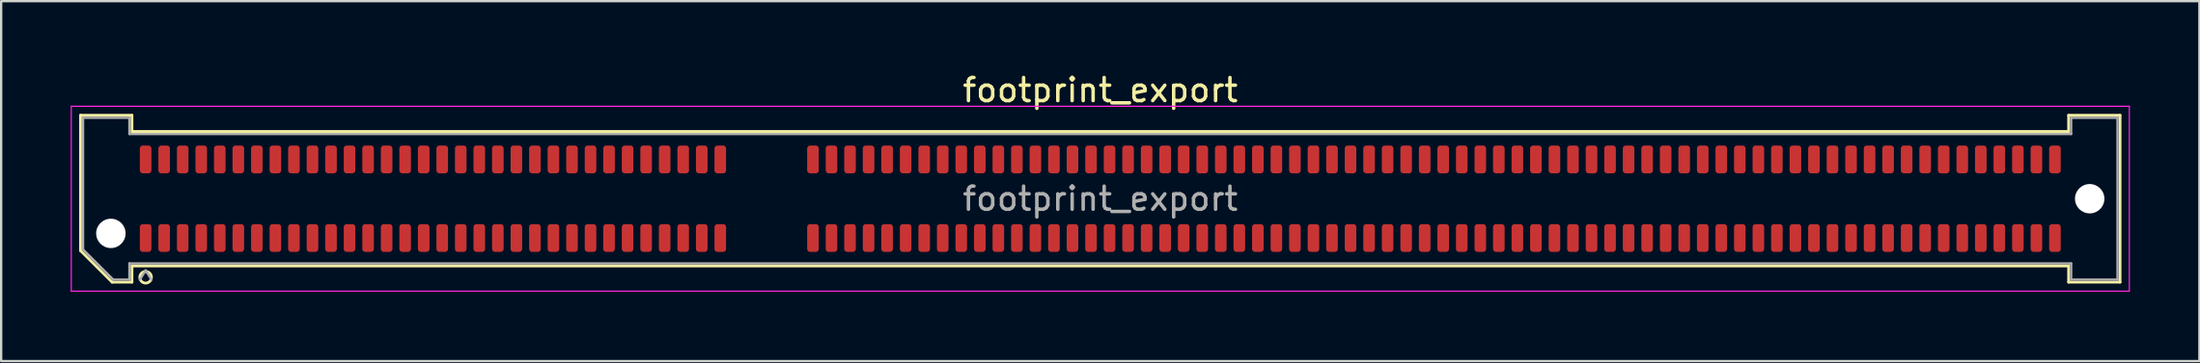
<source format=kicad_pcb>
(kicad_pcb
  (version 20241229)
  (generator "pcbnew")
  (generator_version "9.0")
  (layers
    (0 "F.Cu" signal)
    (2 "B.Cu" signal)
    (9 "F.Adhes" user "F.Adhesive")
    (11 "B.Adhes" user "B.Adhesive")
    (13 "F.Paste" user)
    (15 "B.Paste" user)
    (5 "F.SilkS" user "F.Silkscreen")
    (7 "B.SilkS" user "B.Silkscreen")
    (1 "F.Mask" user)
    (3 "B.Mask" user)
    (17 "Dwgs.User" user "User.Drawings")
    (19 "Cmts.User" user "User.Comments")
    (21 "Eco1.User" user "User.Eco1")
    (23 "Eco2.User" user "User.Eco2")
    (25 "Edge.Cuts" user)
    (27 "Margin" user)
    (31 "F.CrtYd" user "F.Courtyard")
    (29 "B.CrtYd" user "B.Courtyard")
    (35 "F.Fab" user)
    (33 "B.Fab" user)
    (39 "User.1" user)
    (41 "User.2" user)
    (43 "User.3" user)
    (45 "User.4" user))
  (footprint "footprint_export"
    (layer "F.Cu")
    (at 44.435 5.548)
    (property "Reference" "footprint_export" (at 0 -4.7 0) (layer "F.SilkS") (effects (font (size 1 1) (thickness 0.15))))
    (attr smd)
    (fp_line (start -44.01 -3.61) (end -41.79 -3.61) (stroke (width 0.12) (type solid)) (layer "F.SilkS"))
    (fp_line (start -44.01 2.246) (end -44.01 -3.61) (stroke (width 0.12) (type solid)) (layer "F.SilkS"))
    (fp_line (start -42.646 3.61) (end -44.01 2.246) (stroke (width 0.12) (type solid)) (layer "F.SilkS"))
    (fp_line (start -41.79 -3.61) (end -41.79 -2.91) (stroke (width 0.12) (type solid)) (layer "F.SilkS"))
    (fp_line (start -41.79 -2.91) (end 41.79 -2.91) (stroke (width 0.12) (type solid)) (layer "F.SilkS"))
    (fp_line (start -41.79 2.91) (end -41.79 3.61) (stroke (width 0.12) (type solid)) (layer "F.SilkS"))
    (fp_line (start -41.79 3.61) (end -42.646 3.61) (stroke (width 0.12) (type solid)) (layer "F.SilkS"))
    (fp_line (start 41.79 -3.61) (end 44.01 -3.61) (stroke (width 0.12) (type solid)) (layer "F.SilkS"))
    (fp_line (start 41.79 -2.91) (end 41.79 -3.61) (stroke (width 0.12) (type solid)) (layer "F.SilkS"))
    (fp_line (start 41.79 2.91) (end -41.79 2.91) (stroke (width 0.12) (type solid)) (layer "F.SilkS"))
    (fp_line (start 41.79 3.61) (end 41.79 2.91) (stroke (width 0.12) (type solid)) (layer "F.SilkS"))
    (fp_line (start 44.01 -3.61) (end 44.01 3.61) (stroke (width 0.12) (type solid)) (layer "F.SilkS"))
    (fp_line (start 44.01 3.61) (end 41.79 3.61) (stroke (width 0.12) (type solid)) (layer "F.SilkS"))
    (fp_arc (start -40.95 3.4) (mid -41.45 3.4) (end -40.95 3.4) (stroke (width 0.12) (type solid)) (layer "F.SilkS"))
    (fp_line (start -44.41 -4) (end -44.41 4) (stroke (width 0.05) (type solid)) (layer "F.CrtYd"))
    (fp_line (start -44.41 4) (end 44.41 4) (stroke (width 0.05) (type solid)) (layer "F.CrtYd"))
    (fp_line (start 44.41 -4) (end -44.41 -4) (stroke (width 0.05) (type solid)) (layer "F.CrtYd"))
    (fp_line (start 44.41 4) (end 44.41 -4) (stroke (width 0.05) (type solid)) (layer "F.CrtYd"))
    (fp_line (start -43.9 -3.5) (end -41.9 -3.5) (stroke (width 0.1) (type solid)) (layer "F.Fab"))
    (fp_line (start -43.9 2.2) (end -43.9 -3.5) (stroke (width 0.1) (type solid)) (layer "F.Fab"))
    (fp_line (start -42.6 3.5) (end -43.9 2.2) (stroke (width 0.1) (type solid)) (layer "F.Fab"))
    (fp_line (start -41.9 -3.5) (end -41.9 -2.8) (stroke (width 0.1) (type solid)) (layer "F.Fab"))
    (fp_line (start -41.9 -2.8) (end 41.9 -2.8) (stroke (width 0.1) (type solid)) (layer "F.Fab"))
    (fp_line (start -41.9 2.8) (end -41.9 3.5) (stroke (width 0.1) (type solid)) (layer "F.Fab"))
    (fp_line (start -41.9 3.5) (end -42.6 3.5) (stroke (width 0.1) (type solid)) (layer "F.Fab"))
    (fp_line (start -41.2 3.1) (end -41.45 3.5) (stroke (width 0.1) (type solid)) (layer "F.Fab"))
    (fp_line (start -41.2 3.1) (end -40.95 3.5) (stroke (width 0.1) (type solid)) (layer "F.Fab"))
    (fp_line (start 41.9 -3.5) (end 43.9 -3.5) (stroke (width 0.1) (type solid)) (layer "F.Fab"))
    (fp_line (start 41.9 -2.8) (end 41.9 -3.5) (stroke (width 0.1) (type solid)) (layer "F.Fab"))
    (fp_line (start 41.9 2.8) (end -41.9 2.8) (stroke (width 0.1) (type solid)) (layer "F.Fab"))
    (fp_line (start 41.9 3.5) (end 41.9 2.8) (stroke (width 0.1) (type solid)) (layer "F.Fab"))
    (fp_line (start 43.9 -3.5) (end 43.9 3.5) (stroke (width 0.1) (type solid)) (layer "F.Fab"))
    (fp_line (start 43.9 3.5) (end 41.9 3.5) (stroke (width 0.1) (type solid)) (layer "F.Fab"))
    (fp_text user "${REFERENCE}" (at 0 0 0) (layer "F.Fab") (effects (font (size 1 1) (thickness 0.15))))
    (pad "" np_thru_hole circle (at -42.7 1.5) (size 1.27 1.27) (drill 1.27) (layers "*.Cu" "*.Mask"))
    (pad "" np_thru_hole circle (at 42.7 0) (size 1.27 1.27) (drill 1.27) (layers "*.Cu" "*.Mask"))
    (pad "1" smd roundrect (at -41.2 1.7) (size 0.5 1.2) (layers "F.Cu" "F.Mask" "F.Paste") (roundrect_rratio 0.25))
    (pad "2" smd roundrect (at -41.2 -1.7) (size 0.5 1.2) (layers "F.Cu" "F.Mask" "F.Paste") (roundrect_rratio 0.25))
    (pad "3" smd roundrect (at -40.4 1.7) (size 0.5 1.2) (layers "F.Cu" "F.Mask" "F.Paste") (roundrect_rratio 0.25))
    (pad "4" smd roundrect (at -40.4 -1.7) (size 0.5 1.2) (layers "F.Cu" "F.Mask" "F.Paste") (roundrect_rratio 0.25))
    (pad "5" smd roundrect (at -39.6 1.7) (size 0.5 1.2) (layers "F.Cu" "F.Mask" "F.Paste") (roundrect_rratio 0.25))
    (pad "6" smd roundrect (at -39.6 -1.7) (size 0.5 1.2) (layers "F.Cu" "F.Mask" "F.Paste") (roundrect_rratio 0.25))
    (pad "7" smd roundrect (at -38.8 1.7) (size 0.5 1.2) (layers "F.Cu" "F.Mask" "F.Paste") (roundrect_rratio 0.25))
    (pad "8" smd roundrect (at -38.8 -1.7) (size 0.5 1.2) (layers "F.Cu" "F.Mask" "F.Paste") (roundrect_rratio 0.25))
    (pad "9" smd roundrect (at -38 1.7) (size 0.5 1.2) (layers "F.Cu" "F.Mask" "F.Paste") (roundrect_rratio 0.25))
    (pad "10" smd roundrect (at -38 -1.7) (size 0.5 1.2) (layers "F.Cu" "F.Mask" "F.Paste") (roundrect_rratio 0.25))
    (pad "11" smd roundrect (at -37.2 1.7) (size 0.5 1.2) (layers "F.Cu" "F.Mask" "F.Paste") (roundrect_rratio 0.25))
    (pad "12" smd roundrect (at -37.2 -1.7) (size 0.5 1.2) (layers "F.Cu" "F.Mask" "F.Paste") (roundrect_rratio 0.25))
    (pad "13" smd roundrect (at -36.4 1.7) (size 0.5 1.2) (layers "F.Cu" "F.Mask" "F.Paste") (roundrect_rratio 0.25))
    (pad "14" smd roundrect (at -36.4 -1.7) (size 0.5 1.2) (layers "F.Cu" "F.Mask" "F.Paste") (roundrect_rratio 0.25))
    (pad "15" smd roundrect (at -35.6 1.7) (size 0.5 1.2) (layers "F.Cu" "F.Mask" "F.Paste") (roundrect_rratio 0.25))
    (pad "16" smd roundrect (at -35.6 -1.7) (size 0.5 1.2) (layers "F.Cu" "F.Mask" "F.Paste") (roundrect_rratio 0.25))
    (pad "17" smd roundrect (at -34.8 1.7) (size 0.5 1.2) (layers "F.Cu" "F.Mask" "F.Paste") (roundrect_rratio 0.25))
    (pad "18" smd roundrect (at -34.8 -1.7) (size 0.5 1.2) (layers "F.Cu" "F.Mask" "F.Paste") (roundrect_rratio 0.25))
    (pad "19" smd roundrect (at -34 1.7) (size 0.5 1.2) (layers "F.Cu" "F.Mask" "F.Paste") (roundrect_rratio 0.25))
    (pad "20" smd roundrect (at -34 -1.7) (size 0.5 1.2) (layers "F.Cu" "F.Mask" "F.Paste") (roundrect_rratio 0.25))
    (pad "21" smd roundrect (at -33.2 1.7) (size 0.5 1.2) (layers "F.Cu" "F.Mask" "F.Paste") (roundrect_rratio 0.25))
    (pad "22" smd roundrect (at -33.2 -1.7) (size 0.5 1.2) (layers "F.Cu" "F.Mask" "F.Paste") (roundrect_rratio 0.25))
    (pad "23" smd roundrect (at -32.4 1.7) (size 0.5 1.2) (layers "F.Cu" "F.Mask" "F.Paste") (roundrect_rratio 0.25))
    (pad "24" smd roundrect (at -32.4 -1.7) (size 0.5 1.2) (layers "F.Cu" "F.Mask" "F.Paste") (roundrect_rratio 0.25))
    (pad "25" smd roundrect (at -31.6 1.7) (size 0.5 1.2) (layers "F.Cu" "F.Mask" "F.Paste") (roundrect_rratio 0.25))
    (pad "26" smd roundrect (at -31.6 -1.7) (size 0.5 1.2) (layers "F.Cu" "F.Mask" "F.Paste") (roundrect_rratio 0.25))
    (pad "27" smd roundrect (at -30.8 1.7) (size 0.5 1.2) (layers "F.Cu" "F.Mask" "F.Paste") (roundrect_rratio 0.25))
    (pad "28" smd roundrect (at -30.8 -1.7) (size 0.5 1.2) (layers "F.Cu" "F.Mask" "F.Paste") (roundrect_rratio 0.25))
    (pad "29" smd roundrect (at -30 1.7) (size 0.5 1.2) (layers "F.Cu" "F.Mask" "F.Paste") (roundrect_rratio 0.25))
    (pad "30" smd roundrect (at -30 -1.7) (size 0.5 1.2) (layers "F.Cu" "F.Mask" "F.Paste") (roundrect_rratio 0.25))
    (pad "31" smd roundrect (at -29.2 1.7) (size 0.5 1.2) (layers "F.Cu" "F.Mask" "F.Paste") (roundrect_rratio 0.25))
    (pad "32" smd roundrect (at -29.2 -1.7) (size 0.5 1.2) (layers "F.Cu" "F.Mask" "F.Paste") (roundrect_rratio 0.25))
    (pad "33" smd roundrect (at -28.4 1.7) (size 0.5 1.2) (layers "F.Cu" "F.Mask" "F.Paste") (roundrect_rratio 0.25))
    (pad "34" smd roundrect (at -28.4 -1.7) (size 0.5 1.2) (layers "F.Cu" "F.Mask" "F.Paste") (roundrect_rratio 0.25))
    (pad "35" smd roundrect (at -27.6 1.7) (size 0.5 1.2) (layers "F.Cu" "F.Mask" "F.Paste") (roundrect_rratio 0.25))
    (pad "36" smd roundrect (at -27.6 -1.7) (size 0.5 1.2) (layers "F.Cu" "F.Mask" "F.Paste") (roundrect_rratio 0.25))
    (pad "37" smd roundrect (at -26.8 1.7) (size 0.5 1.2) (layers "F.Cu" "F.Mask" "F.Paste") (roundrect_rratio 0.25))
    (pad "38" smd roundrect (at -26.8 -1.7) (size 0.5 1.2) (layers "F.Cu" "F.Mask" "F.Paste") (roundrect_rratio 0.25))
    (pad "39" smd roundrect (at -26 1.7) (size 0.5 1.2) (layers "F.Cu" "F.Mask" "F.Paste") (roundrect_rratio 0.25))
    (pad "40" smd roundrect (at -26 -1.7) (size 0.5 1.2) (layers "F.Cu" "F.Mask" "F.Paste") (roundrect_rratio 0.25))
    (pad "41" smd roundrect (at -25.2 1.7) (size 0.5 1.2) (layers "F.Cu" "F.Mask" "F.Paste") (roundrect_rratio 0.25))
    (pad "42" smd roundrect (at -25.2 -1.7) (size 0.5 1.2) (layers "F.Cu" "F.Mask" "F.Paste") (roundrect_rratio 0.25))
    (pad "43" smd roundrect (at -24.4 1.7) (size 0.5 1.2) (layers "F.Cu" "F.Mask" "F.Paste") (roundrect_rratio 0.25))
    (pad "44" smd roundrect (at -24.4 -1.7) (size 0.5 1.2) (layers "F.Cu" "F.Mask" "F.Paste") (roundrect_rratio 0.25))
    (pad "45" smd roundrect (at -23.6 1.7) (size 0.5 1.2) (layers "F.Cu" "F.Mask" "F.Paste") (roundrect_rratio 0.25))
    (pad "46" smd roundrect (at -23.6 -1.7) (size 0.5 1.2) (layers "F.Cu" "F.Mask" "F.Paste") (roundrect_rratio 0.25))
    (pad "47" smd roundrect (at -22.8 1.7) (size 0.5 1.2) (layers "F.Cu" "F.Mask" "F.Paste") (roundrect_rratio 0.25))
    (pad "48" smd roundrect (at -22.8 -1.7) (size 0.5 1.2) (layers "F.Cu" "F.Mask" "F.Paste") (roundrect_rratio 0.25))
    (pad "49" smd roundrect (at -22 1.7) (size 0.5 1.2) (layers "F.Cu" "F.Mask" "F.Paste") (roundrect_rratio 0.25))
    (pad "50" smd roundrect (at -22 -1.7) (size 0.5 1.2) (layers "F.Cu" "F.Mask" "F.Paste") (roundrect_rratio 0.25))
    (pad "51" smd roundrect (at -21.2 1.7) (size 0.5 1.2) (layers "F.Cu" "F.Mask" "F.Paste") (roundrect_rratio 0.25))
    (pad "52" smd roundrect (at -21.2 -1.7) (size 0.5 1.2) (layers "F.Cu" "F.Mask" "F.Paste") (roundrect_rratio 0.25))
    (pad "53" smd roundrect (at -20.4 1.7) (size 0.5 1.2) (layers "F.Cu" "F.Mask" "F.Paste") (roundrect_rratio 0.25))
    (pad "54" smd roundrect (at -20.4 -1.7) (size 0.5 1.2) (layers "F.Cu" "F.Mask" "F.Paste") (roundrect_rratio 0.25))
    (pad "55" smd roundrect (at -19.6 1.7) (size 0.5 1.2) (layers "F.Cu" "F.Mask" "F.Paste") (roundrect_rratio 0.25))
    (pad "56" smd roundrect (at -19.6 -1.7) (size 0.5 1.2) (layers "F.Cu" "F.Mask" "F.Paste") (roundrect_rratio 0.25))
    (pad "57" smd roundrect (at -18.8 1.7) (size 0.5 1.2) (layers "F.Cu" "F.Mask" "F.Paste") (roundrect_rratio 0.25))
    (pad "58" smd roundrect (at -18.8 -1.7) (size 0.5 1.2) (layers "F.Cu" "F.Mask" "F.Paste") (roundrect_rratio 0.25))
    (pad "59" smd roundrect (at -18 1.7) (size 0.5 1.2) (layers "F.Cu" "F.Mask" "F.Paste") (roundrect_rratio 0.25))
    (pad "60" smd roundrect (at -18 -1.7) (size 0.5 1.2) (layers "F.Cu" "F.Mask" "F.Paste") (roundrect_rratio 0.25))
    (pad "61" smd roundrect (at -17.2 1.7) (size 0.5 1.2) (layers "F.Cu" "F.Mask" "F.Paste") (roundrect_rratio 0.25))
    (pad "62" smd roundrect (at -17.2 -1.7) (size 0.5 1.2) (layers "F.Cu" "F.Mask" "F.Paste") (roundrect_rratio 0.25))
    (pad "63" smd roundrect (at -16.4 1.7) (size 0.5 1.2) (layers "F.Cu" "F.Mask" "F.Paste") (roundrect_rratio 0.25))
    (pad "64" smd roundrect (at -16.4 -1.7) (size 0.5 1.2) (layers "F.Cu" "F.Mask" "F.Paste") (roundrect_rratio 0.25))
    (pad "65" smd roundrect (at -12.4 1.7) (size 0.5 1.2) (layers "F.Cu" "F.Mask" "F.Paste") (roundrect_rratio 0.25))
    (pad "66" smd roundrect (at -12.4 -1.7) (size 0.5 1.2) (layers "F.Cu" "F.Mask" "F.Paste") (roundrect_rratio 0.25))
    (pad "67" smd roundrect (at -11.6 1.7) (size 0.5 1.2) (layers "F.Cu" "F.Mask" "F.Paste") (roundrect_rratio 0.25))
    (pad "68" smd roundrect (at -11.6 -1.7) (size 0.5 1.2) (layers "F.Cu" "F.Mask" "F.Paste") (roundrect_rratio 0.25))
    (pad "69" smd roundrect (at -10.8 1.7) (size 0.5 1.2) (layers "F.Cu" "F.Mask" "F.Paste") (roundrect_rratio 0.25))
    (pad "70" smd roundrect (at -10.8 -1.7) (size 0.5 1.2) (layers "F.Cu" "F.Mask" "F.Paste") (roundrect_rratio 0.25))
    (pad "71" smd roundrect (at -10 1.7) (size 0.5 1.2) (layers "F.Cu" "F.Mask" "F.Paste") (roundrect_rratio 0.25))
    (pad "72" smd roundrect (at -10 -1.7) (size 0.5 1.2) (layers "F.Cu" "F.Mask" "F.Paste") (roundrect_rratio 0.25))
    (pad "73" smd roundrect (at -9.2 1.7) (size 0.5 1.2) (layers "F.Cu" "F.Mask" "F.Paste") (roundrect_rratio 0.25))
    (pad "74" smd roundrect (at -9.2 -1.7) (size 0.5 1.2) (layers "F.Cu" "F.Mask" "F.Paste") (roundrect_rratio 0.25))
    (pad "75" smd roundrect (at -8.4 1.7) (size 0.5 1.2) (layers "F.Cu" "F.Mask" "F.Paste") (roundrect_rratio 0.25))
    (pad "76" smd roundrect (at -8.4 -1.7) (size 0.5 1.2) (layers "F.Cu" "F.Mask" "F.Paste") (roundrect_rratio 0.25))
    (pad "77" smd roundrect (at -7.6 1.7) (size 0.5 1.2) (layers "F.Cu" "F.Mask" "F.Paste") (roundrect_rratio 0.25))
    (pad "78" smd roundrect (at -7.6 -1.7) (size 0.5 1.2) (layers "F.Cu" "F.Mask" "F.Paste") (roundrect_rratio 0.25))
    (pad "79" smd roundrect (at -6.8 1.7) (size 0.5 1.2) (layers "F.Cu" "F.Mask" "F.Paste") (roundrect_rratio 0.25))
    (pad "80" smd roundrect (at -6.8 -1.7) (size 0.5 1.2) (layers "F.Cu" "F.Mask" "F.Paste") (roundrect_rratio 0.25))
    (pad "81" smd roundrect (at -6 1.7) (size 0.5 1.2) (layers "F.Cu" "F.Mask" "F.Paste") (roundrect_rratio 0.25))
    (pad "82" smd roundrect (at -6 -1.7) (size 0.5 1.2) (layers "F.Cu" "F.Mask" "F.Paste") (roundrect_rratio 0.25))
    (pad "83" smd roundrect (at -5.2 1.7) (size 0.5 1.2) (layers "F.Cu" "F.Mask" "F.Paste") (roundrect_rratio 0.25))
    (pad "84" smd roundrect (at -5.2 -1.7) (size 0.5 1.2) (layers "F.Cu" "F.Mask" "F.Paste") (roundrect_rratio 0.25))
    (pad "85" smd roundrect (at -4.4 1.7) (size 0.5 1.2) (layers "F.Cu" "F.Mask" "F.Paste") (roundrect_rratio 0.25))
    (pad "86" smd roundrect (at -4.4 -1.7) (size 0.5 1.2) (layers "F.Cu" "F.Mask" "F.Paste") (roundrect_rratio 0.25))
    (pad "87" smd roundrect (at -3.6 1.7) (size 0.5 1.2) (layers "F.Cu" "F.Mask" "F.Paste") (roundrect_rratio 0.25))
    (pad "88" smd roundrect (at -3.6 -1.7) (size 0.5 1.2) (layers "F.Cu" "F.Mask" "F.Paste") (roundrect_rratio 0.25))
    (pad "89" smd roundrect (at -2.8 1.7) (size 0.5 1.2) (layers "F.Cu" "F.Mask" "F.Paste") (roundrect_rratio 0.25))
    (pad "90" smd roundrect (at -2.8 -1.7) (size 0.5 1.2) (layers "F.Cu" "F.Mask" "F.Paste") (roundrect_rratio 0.25))
    (pad "91" smd roundrect (at -2 1.7) (size 0.5 1.2) (layers "F.Cu" "F.Mask" "F.Paste") (roundrect_rratio 0.25))
    (pad "92" smd roundrect (at -2 -1.7) (size 0.5 1.2) (layers "F.Cu" "F.Mask" "F.Paste") (roundrect_rratio 0.25))
    (pad "93" smd roundrect (at -1.2 1.7) (size 0.5 1.2) (layers "F.Cu" "F.Mask" "F.Paste") (roundrect_rratio 0.25))
    (pad "94" smd roundrect (at -1.2 -1.7) (size 0.5 1.2) (layers "F.Cu" "F.Mask" "F.Paste") (roundrect_rratio 0.25))
    (pad "95" smd roundrect (at -0.4 1.7) (size 0.5 1.2) (layers "F.Cu" "F.Mask" "F.Paste") (roundrect_rratio 0.25))
    (pad "96" smd roundrect (at -0.4 -1.7) (size 0.5 1.2) (layers "F.Cu" "F.Mask" "F.Paste") (roundrect_rratio 0.25))
    (pad "97" smd roundrect (at 0.4 1.7) (size 0.5 1.2) (layers "F.Cu" "F.Mask" "F.Paste") (roundrect_rratio 0.25))
    (pad "98" smd roundrect (at 0.4 -1.7) (size 0.5 1.2) (layers "F.Cu" "F.Mask" "F.Paste") (roundrect_rratio 0.25))
    (pad "99" smd roundrect (at 1.2 1.7) (size 0.5 1.2) (layers "F.Cu" "F.Mask" "F.Paste") (roundrect_rratio 0.25))
    (pad "100" smd roundrect (at 1.2 -1.7) (size 0.5 1.2) (layers "F.Cu" "F.Mask" "F.Paste") (roundrect_rratio 0.25))
    (pad "101" smd roundrect (at 2 1.7) (size 0.5 1.2) (layers "F.Cu" "F.Mask" "F.Paste") (roundrect_rratio 0.25))
    (pad "102" smd roundrect (at 2 -1.7) (size 0.5 1.2) (layers "F.Cu" "F.Mask" "F.Paste") (roundrect_rratio 0.25))
    (pad "103" smd roundrect (at 2.8 1.7) (size 0.5 1.2) (layers "F.Cu" "F.Mask" "F.Paste") (roundrect_rratio 0.25))
    (pad "104" smd roundrect (at 2.8 -1.7) (size 0.5 1.2) (layers "F.Cu" "F.Mask" "F.Paste") (roundrect_rratio 0.25))
    (pad "105" smd roundrect (at 3.6 1.7) (size 0.5 1.2) (layers "F.Cu" "F.Mask" "F.Paste") (roundrect_rratio 0.25))
    (pad "106" smd roundrect (at 3.6 -1.7) (size 0.5 1.2) (layers "F.Cu" "F.Mask" "F.Paste") (roundrect_rratio 0.25))
    (pad "107" smd roundrect (at 4.4 1.7) (size 0.5 1.2) (layers "F.Cu" "F.Mask" "F.Paste") (roundrect_rratio 0.25))
    (pad "108" smd roundrect (at 4.4 -1.7) (size 0.5 1.2) (layers "F.Cu" "F.Mask" "F.Paste") (roundrect_rratio 0.25))
    (pad "109" smd roundrect (at 5.2 1.7) (size 0.5 1.2) (layers "F.Cu" "F.Mask" "F.Paste") (roundrect_rratio 0.25))
    (pad "110" smd roundrect (at 5.2 -1.7) (size 0.5 1.2) (layers "F.Cu" "F.Mask" "F.Paste") (roundrect_rratio 0.25))
    (pad "111" smd roundrect (at 6 1.7) (size 0.5 1.2) (layers "F.Cu" "F.Mask" "F.Paste") (roundrect_rratio 0.25))
    (pad "112" smd roundrect (at 6 -1.7) (size 0.5 1.2) (layers "F.Cu" "F.Mask" "F.Paste") (roundrect_rratio 0.25))
    (pad "113" smd roundrect (at 6.8 1.7) (size 0.5 1.2) (layers "F.Cu" "F.Mask" "F.Paste") (roundrect_rratio 0.25))
    (pad "114" smd roundrect (at 6.8 -1.7) (size 0.5 1.2) (layers "F.Cu" "F.Mask" "F.Paste") (roundrect_rratio 0.25))
    (pad "115" smd roundrect (at 7.6 1.7) (size 0.5 1.2) (layers "F.Cu" "F.Mask" "F.Paste") (roundrect_rratio 0.25))
    (pad "116" smd roundrect (at 7.6 -1.7) (size 0.5 1.2) (layers "F.Cu" "F.Mask" "F.Paste") (roundrect_rratio 0.25))
    (pad "117" smd roundrect (at 8.4 1.7) (size 0.5 1.2) (layers "F.Cu" "F.Mask" "F.Paste") (roundrect_rratio 0.25))
    (pad "118" smd roundrect (at 8.4 -1.7) (size 0.5 1.2) (layers "F.Cu" "F.Mask" "F.Paste") (roundrect_rratio 0.25))
    (pad "119" smd roundrect (at 9.2 1.7) (size 0.5 1.2) (layers "F.Cu" "F.Mask" "F.Paste") (roundrect_rratio 0.25))
    (pad "120" smd roundrect (at 9.2 -1.7) (size 0.5 1.2) (layers "F.Cu" "F.Mask" "F.Paste") (roundrect_rratio 0.25))
    (pad "121" smd roundrect (at 10 1.7) (size 0.5 1.2) (layers "F.Cu" "F.Mask" "F.Paste") (roundrect_rratio 0.25))
    (pad "122" smd roundrect (at 10 -1.7) (size 0.5 1.2) (layers "F.Cu" "F.Mask" "F.Paste") (roundrect_rratio 0.25))
    (pad "123" smd roundrect (at 10.8 1.7) (size 0.5 1.2) (layers "F.Cu" "F.Mask" "F.Paste") (roundrect_rratio 0.25))
    (pad "124" smd roundrect (at 10.8 -1.7) (size 0.5 1.2) (layers "F.Cu" "F.Mask" "F.Paste") (roundrect_rratio 0.25))
    (pad "125" smd roundrect (at 11.6 1.7) (size 0.5 1.2) (layers "F.Cu" "F.Mask" "F.Paste") (roundrect_rratio 0.25))
    (pad "126" smd roundrect (at 11.6 -1.7) (size 0.5 1.2) (layers "F.Cu" "F.Mask" "F.Paste") (roundrect_rratio 0.25))
    (pad "127" smd roundrect (at 12.4 1.7) (size 0.5 1.2) (layers "F.Cu" "F.Mask" "F.Paste") (roundrect_rratio 0.25))
    (pad "128" smd roundrect (at 12.4 -1.7) (size 0.5 1.2) (layers "F.Cu" "F.Mask" "F.Paste") (roundrect_rratio 0.25))
    (pad "129" smd roundrect (at 13.2 1.7) (size 0.5 1.2) (layers "F.Cu" "F.Mask" "F.Paste") (roundrect_rratio 0.25))
    (pad "130" smd roundrect (at 13.2 -1.7) (size 0.5 1.2) (layers "F.Cu" "F.Mask" "F.Paste") (roundrect_rratio 0.25))
    (pad "131" smd roundrect (at 14 1.7) (size 0.5 1.2) (layers "F.Cu" "F.Mask" "F.Paste") (roundrect_rratio 0.25))
    (pad "132" smd roundrect (at 14 -1.7) (size 0.5 1.2) (layers "F.Cu" "F.Mask" "F.Paste") (roundrect_rratio 0.25))
    (pad "133" smd roundrect (at 14.8 1.7) (size 0.5 1.2) (layers "F.Cu" "F.Mask" "F.Paste") (roundrect_rratio 0.25))
    (pad "134" smd roundrect (at 14.8 -1.7) (size 0.5 1.2) (layers "F.Cu" "F.Mask" "F.Paste") (roundrect_rratio 0.25))
    (pad "135" smd roundrect (at 15.6 1.7) (size 0.5 1.2) (layers "F.Cu" "F.Mask" "F.Paste") (roundrect_rratio 0.25))
    (pad "136" smd roundrect (at 15.6 -1.7) (size 0.5 1.2) (layers "F.Cu" "F.Mask" "F.Paste") (roundrect_rratio 0.25))
    (pad "137" smd roundrect (at 16.4 1.7) (size 0.5 1.2) (layers "F.Cu" "F.Mask" "F.Paste") (roundrect_rratio 0.25))
    (pad "138" smd roundrect (at 16.4 -1.7) (size 0.5 1.2) (layers "F.Cu" "F.Mask" "F.Paste") (roundrect_rratio 0.25))
    (pad "139" smd roundrect (at 17.2 1.7) (size 0.5 1.2) (layers "F.Cu" "F.Mask" "F.Paste") (roundrect_rratio 0.25))
    (pad "140" smd roundrect (at 17.2 -1.7) (size 0.5 1.2) (layers "F.Cu" "F.Mask" "F.Paste") (roundrect_rratio 0.25))
    (pad "141" smd roundrect (at 18 1.7) (size 0.5 1.2) (layers "F.Cu" "F.Mask" "F.Paste") (roundrect_rratio 0.25))
    (pad "142" smd roundrect (at 18 -1.7) (size 0.5 1.2) (layers "F.Cu" "F.Mask" "F.Paste") (roundrect_rratio 0.25))
    (pad "143" smd roundrect (at 18.8 1.7) (size 0.5 1.2) (layers "F.Cu" "F.Mask" "F.Paste") (roundrect_rratio 0.25))
    (pad "144" smd roundrect (at 18.8 -1.7) (size 0.5 1.2) (layers "F.Cu" "F.Mask" "F.Paste") (roundrect_rratio 0.25))
    (pad "145" smd roundrect (at 19.6 1.7) (size 0.5 1.2) (layers "F.Cu" "F.Mask" "F.Paste") (roundrect_rratio 0.25))
    (pad "146" smd roundrect (at 19.6 -1.7) (size 0.5 1.2) (layers "F.Cu" "F.Mask" "F.Paste") (roundrect_rratio 0.25))
    (pad "147" smd roundrect (at 20.4 1.7) (size 0.5 1.2) (layers "F.Cu" "F.Mask" "F.Paste") (roundrect_rratio 0.25))
    (pad "148" smd roundrect (at 20.4 -1.7) (size 0.5 1.2) (layers "F.Cu" "F.Mask" "F.Paste") (roundrect_rratio 0.25))
    (pad "149" smd roundrect (at 21.2 1.7) (size 0.5 1.2) (layers "F.Cu" "F.Mask" "F.Paste") (roundrect_rratio 0.25))
    (pad "150" smd roundrect (at 21.2 -1.7) (size 0.5 1.2) (layers "F.Cu" "F.Mask" "F.Paste") (roundrect_rratio 0.25))
    (pad "151" smd roundrect (at 22 1.7) (size 0.5 1.2) (layers "F.Cu" "F.Mask" "F.Paste") (roundrect_rratio 0.25))
    (pad "152" smd roundrect (at 22 -1.7) (size 0.5 1.2) (layers "F.Cu" "F.Mask" "F.Paste") (roundrect_rratio 0.25))
    (pad "153" smd roundrect (at 22.8 1.7) (size 0.5 1.2) (layers "F.Cu" "F.Mask" "F.Paste") (roundrect_rratio 0.25))
    (pad "154" smd roundrect (at 22.8 -1.7) (size 0.5 1.2) (layers "F.Cu" "F.Mask" "F.Paste") (roundrect_rratio 0.25))
    (pad "155" smd roundrect (at 23.6 1.7) (size 0.5 1.2) (layers "F.Cu" "F.Mask" "F.Paste") (roundrect_rratio 0.25))
    (pad "156" smd roundrect (at 23.6 -1.7) (size 0.5 1.2) (layers "F.Cu" "F.Mask" "F.Paste") (roundrect_rratio 0.25))
    (pad "157" smd roundrect (at 24.4 1.7) (size 0.5 1.2) (layers "F.Cu" "F.Mask" "F.Paste") (roundrect_rratio 0.25))
    (pad "158" smd roundrect (at 24.4 -1.7) (size 0.5 1.2) (layers "F.Cu" "F.Mask" "F.Paste") (roundrect_rratio 0.25))
    (pad "159" smd roundrect (at 25.2 1.7) (size 0.5 1.2) (layers "F.Cu" "F.Mask" "F.Paste") (roundrect_rratio 0.25))
    (pad "160" smd roundrect (at 25.2 -1.7) (size 0.5 1.2) (layers "F.Cu" "F.Mask" "F.Paste") (roundrect_rratio 0.25))
    (pad "161" smd roundrect (at 26 1.7) (size 0.5 1.2) (layers "F.Cu" "F.Mask" "F.Paste") (roundrect_rratio 0.25))
    (pad "162" smd roundrect (at 26 -1.7) (size 0.5 1.2) (layers "F.Cu" "F.Mask" "F.Paste") (roundrect_rratio 0.25))
    (pad "163" smd roundrect (at 26.8 1.7) (size 0.5 1.2) (layers "F.Cu" "F.Mask" "F.Paste") (roundrect_rratio 0.25))
    (pad "164" smd roundrect (at 26.8 -1.7) (size 0.5 1.2) (layers "F.Cu" "F.Mask" "F.Paste") (roundrect_rratio 0.25))
    (pad "165" smd roundrect (at 27.6 1.7) (size 0.5 1.2) (layers "F.Cu" "F.Mask" "F.Paste") (roundrect_rratio 0.25))
    (pad "166" smd roundrect (at 27.6 -1.7) (size 0.5 1.2) (layers "F.Cu" "F.Mask" "F.Paste") (roundrect_rratio 0.25))
    (pad "167" smd roundrect (at 28.4 1.7) (size 0.5 1.2) (layers "F.Cu" "F.Mask" "F.Paste") (roundrect_rratio 0.25))
    (pad "168" smd roundrect (at 28.4 -1.7) (size 0.5 1.2) (layers "F.Cu" "F.Mask" "F.Paste") (roundrect_rratio 0.25))
    (pad "169" smd roundrect (at 29.2 1.7) (size 0.5 1.2) (layers "F.Cu" "F.Mask" "F.Paste") (roundrect_rratio 0.25))
    (pad "170" smd roundrect (at 29.2 -1.7) (size 0.5 1.2) (layers "F.Cu" "F.Mask" "F.Paste") (roundrect_rratio 0.25))
    (pad "171" smd roundrect (at 30 1.7) (size 0.5 1.2) (layers "F.Cu" "F.Mask" "F.Paste") (roundrect_rratio 0.25))
    (pad "172" smd roundrect (at 30 -1.7) (size 0.5 1.2) (layers "F.Cu" "F.Mask" "F.Paste") (roundrect_rratio 0.25))
    (pad "173" smd roundrect (at 30.8 1.7) (size 0.5 1.2) (layers "F.Cu" "F.Mask" "F.Paste") (roundrect_rratio 0.25))
    (pad "174" smd roundrect (at 30.8 -1.7) (size 0.5 1.2) (layers "F.Cu" "F.Mask" "F.Paste") (roundrect_rratio 0.25))
    (pad "175" smd roundrect (at 31.6 1.7) (size 0.5 1.2) (layers "F.Cu" "F.Mask" "F.Paste") (roundrect_rratio 0.25))
    (pad "176" smd roundrect (at 31.6 -1.7) (size 0.5 1.2) (layers "F.Cu" "F.Mask" "F.Paste") (roundrect_rratio 0.25))
    (pad "177" smd roundrect (at 32.4 1.7) (size 0.5 1.2) (layers "F.Cu" "F.Mask" "F.Paste") (roundrect_rratio 0.25))
    (pad "178" smd roundrect (at 32.4 -1.7) (size 0.5 1.2) (layers "F.Cu" "F.Mask" "F.Paste") (roundrect_rratio 0.25))
    (pad "179" smd roundrect (at 33.2 1.7) (size 0.5 1.2) (layers "F.Cu" "F.Mask" "F.Paste") (roundrect_rratio 0.25))
    (pad "180" smd roundrect (at 33.2 -1.7) (size 0.5 1.2) (layers "F.Cu" "F.Mask" "F.Paste") (roundrect_rratio 0.25))
    (pad "181" smd roundrect (at 34 1.7) (size 0.5 1.2) (layers "F.Cu" "F.Mask" "F.Paste") (roundrect_rratio 0.25))
    (pad "182" smd roundrect (at 34 -1.7) (size 0.5 1.2) (layers "F.Cu" "F.Mask" "F.Paste") (roundrect_rratio 0.25))
    (pad "183" smd roundrect (at 34.8 1.7) (size 0.5 1.2) (layers "F.Cu" "F.Mask" "F.Paste") (roundrect_rratio 0.25))
    (pad "184" smd roundrect (at 34.8 -1.7) (size 0.5 1.2) (layers "F.Cu" "F.Mask" "F.Paste") (roundrect_rratio 0.25))
    (pad "185" smd roundrect (at 35.6 1.7) (size 0.5 1.2) (layers "F.Cu" "F.Mask" "F.Paste") (roundrect_rratio 0.25))
    (pad "186" smd roundrect (at 35.6 -1.7) (size 0.5 1.2) (layers "F.Cu" "F.Mask" "F.Paste") (roundrect_rratio 0.25))
    (pad "187" smd roundrect (at 36.4 1.7) (size 0.5 1.2) (layers "F.Cu" "F.Mask" "F.Paste") (roundrect_rratio 0.25))
    (pad "188" smd roundrect (at 36.4 -1.7) (size 0.5 1.2) (layers "F.Cu" "F.Mask" "F.Paste") (roundrect_rratio 0.25))
    (pad "189" smd roundrect (at 37.2 1.7) (size 0.5 1.2) (layers "F.Cu" "F.Mask" "F.Paste") (roundrect_rratio 0.25))
    (pad "190" smd roundrect (at 37.2 -1.7) (size 0.5 1.2) (layers "F.Cu" "F.Mask" "F.Paste") (roundrect_rratio 0.25))
    (pad "191" smd roundrect (at 38 1.7) (size 0.5 1.2) (layers "F.Cu" "F.Mask" "F.Paste") (roundrect_rratio 0.25))
    (pad "192" smd roundrect (at 38 -1.7) (size 0.5 1.2) (layers "F.Cu" "F.Mask" "F.Paste") (roundrect_rratio 0.25))
    (pad "193" smd roundrect (at 38.8 1.7) (size 0.5 1.2) (layers "F.Cu" "F.Mask" "F.Paste") (roundrect_rratio 0.25))
    (pad "194" smd roundrect (at 38.8 -1.7) (size 0.5 1.2) (layers "F.Cu" "F.Mask" "F.Paste") (roundrect_rratio 0.25))
    (pad "195" smd roundrect (at 39.6 1.7) (size 0.5 1.2) (layers "F.Cu" "F.Mask" "F.Paste") (roundrect_rratio 0.25))
    (pad "196" smd roundrect (at 39.6 -1.7) (size 0.5 1.2) (layers "F.Cu" "F.Mask" "F.Paste") (roundrect_rratio 0.25))
    (pad "197" smd roundrect (at 40.4 1.7) (size 0.5 1.2) (layers "F.Cu" "F.Mask" "F.Paste") (roundrect_rratio 0.25))
    (pad "198" smd roundrect (at 40.4 -1.7) (size 0.5 1.2) (layers "F.Cu" "F.Mask" "F.Paste") (roundrect_rratio 0.25))
    (pad "199" smd roundrect (at 41.2 1.7) (size 0.5 1.2) (layers "F.Cu" "F.Mask" "F.Paste") (roundrect_rratio 0.25))
    (pad "200" smd roundrect (at 41.2 -1.7) (size 0.5 1.2) (layers "F.Cu" "F.Mask" "F.Paste") (roundrect_rratio 0.25)))
  (gr_rect
    (start -3 -3)
    (end 91.87 12.573)
    (stroke (width 0.1) (type default))
    (fill no)
    (layer "Edge.Cuts")))
</source>
